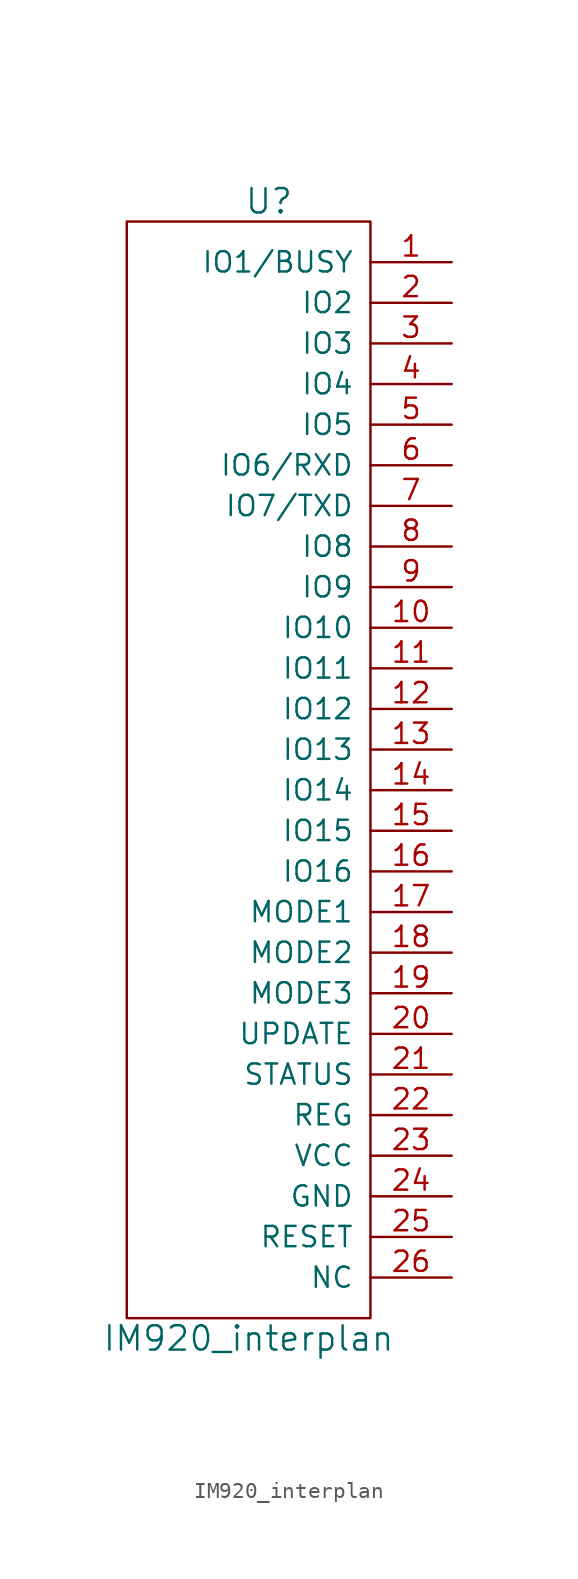
<source format=kicad_sym>
(kicad_symbol_lib
  (version 20220914)
  (generator kicad_symbol_editor)
  (symbol "IM920_interplan"
    (pin_names
      (offset 1.016))
    (property "Reference" "U"
      (at 0 35.56 0)
      (effects (font (size 1.524 1.524))))
    (property "Value" "IM920_interplan"
      (at -1.27 -35.56 0)
      (effects (font (size 1.524 1.524))))
    (property "Footprint" ""
      (at 12.7 -11.43 0)
      (effects (font (size 1.524 1.524))))
    (property "Datasheet" ""
      (at 12.7 -11.43 0)
      (effects (font (size 1.524 1.524))))
    (symbol "IM920_interplan_0_1"
      (rectangle (start 6.35 34.29) (end -8.89 -34.29) (stroke (width 0) (type solid)) (fill (type none))))
    (symbol "IM920_interplan_1_1"
      (pin input line (at 11.43 31.75 180) (length 5.08) (name "IO1/BUSY" (effects (font (size 1.27 1.27)))) (number "1" (effects (font (size 1.27 1.27)))))
      (pin input line (at 11.43 8.89 180) (length 5.08) (name "IO10" (effects (font (size 1.27 1.27)))) (number "10" (effects (font (size 1.27 1.27)))))
      (pin input line (at 11.43 6.35 180) (length 5.08) (name "IO11" (effects (font (size 1.27 1.27)))) (number "11" (effects (font (size 1.27 1.27)))))
      (pin input line (at 11.43 3.81 180) (length 5.08) (name "IO12" (effects (font (size 1.27 1.27)))) (number "12" (effects (font (size 1.27 1.27)))))
      (pin input line (at 11.43 1.27 180) (length 5.08) (name "IO13" (effects (font (size 1.27 1.27)))) (number "13" (effects (font (size 1.27 1.27)))))
      (pin input line (at 11.43 -1.27 180) (length 5.08) (name "IO14" (effects (font (size 1.27 1.27)))) (number "14" (effects (font (size 1.27 1.27)))))
      (pin input line (at 11.43 -3.81 180) (length 5.08) (name "IO15" (effects (font (size 1.27 1.27)))) (number "15" (effects (font (size 1.27 1.27)))))
      (pin input line (at 11.43 -6.35 180) (length 5.08) (name "IO16" (effects (font (size 1.27 1.27)))) (number "16" (effects (font (size 1.27 1.27)))))
      (pin input line (at 11.43 -8.89 180) (length 5.08) (name "MODE1" (effects (font (size 1.27 1.27)))) (number "17" (effects (font (size 1.27 1.27)))))
      (pin input line (at 11.43 -11.43 180) (length 5.08) (name "MODE2" (effects (font (size 1.27 1.27)))) (number "18" (effects (font (size 1.27 1.27)))))
      (pin input line (at 11.43 -13.97 180) (length 5.08) (name "MODE3" (effects (font (size 1.27 1.27)))) (number "19" (effects (font (size 1.27 1.27)))))
      (pin input line (at 11.43 29.21 180) (length 5.08) (name "IO2" (effects (font (size 1.27 1.27)))) (number "2" (effects (font (size 1.27 1.27)))))
      (pin input line (at 11.43 -16.51 180) (length 5.08) (name "UPDATE" (effects (font (size 1.27 1.27)))) (number "20" (effects (font (size 1.27 1.27)))))
      (pin input line (at 11.43 -19.05 180) (length 5.08) (name "STATUS" (effects (font (size 1.27 1.27)))) (number "21" (effects (font (size 1.27 1.27)))))
      (pin input line (at 11.43 -21.59 180) (length 5.08) (name "REG" (effects (font (size 1.27 1.27)))) (number "22" (effects (font (size 1.27 1.27)))))
      (pin input line (at 11.43 -24.13 180) (length 5.08) (name "VCC" (effects (font (size 1.27 1.27)))) (number "23" (effects (font (size 1.27 1.27)))))
      (pin input line (at 11.43 -26.67 180) (length 5.08) (name "GND" (effects (font (size 1.27 1.27)))) (number "24" (effects (font (size 1.27 1.27)))))
      (pin input line (at 11.43 -29.21 180) (length 5.08) (name "RESET" (effects (font (size 1.27 1.27)))) (number "25" (effects (font (size 1.27 1.27)))))
      (pin input line (at 11.43 -31.75 180) (length 5.08) (name "NC" (effects (font (size 1.27 1.27)))) (number "26" (effects (font (size 1.27 1.27)))))
      (pin input line (at 11.43 26.67 180) (length 5.08) (name "IO3" (effects (font (size 1.27 1.27)))) (number "3" (effects (font (size 1.27 1.27)))))
      (pin input line (at 11.43 24.13 180) (length 5.08) (name "IO4" (effects (font (size 1.27 1.27)))) (number "4" (effects (font (size 1.27 1.27)))))
      (pin input line (at 11.43 21.59 180) (length 5.08) (name "IO5" (effects (font (size 1.27 1.27)))) (number "5" (effects (font (size 1.27 1.27)))))
      (pin input line (at 11.43 19.05 180) (length 5.08) (name "IO6/RXD" (effects (font (size 1.27 1.27)))) (number "6" (effects (font (size 1.27 1.27)))))
      (pin input line (at 11.43 16.51 180) (length 5.08) (name "IO7/TXD" (effects (font (size 1.27 1.27)))) (number "7" (effects (font (size 1.27 1.27)))))
      (pin input line (at 11.43 13.97 180) (length 5.08) (name "IO8" (effects (font (size 1.27 1.27)))) (number "8" (effects (font (size 1.27 1.27)))))
      (pin input line (at 11.43 11.43 180) (length 5.08) (name "IO9" (effects (font (size 1.27 1.27)))) (number "9" (effects (font (size 1.27 1.27))))))))
</source>
